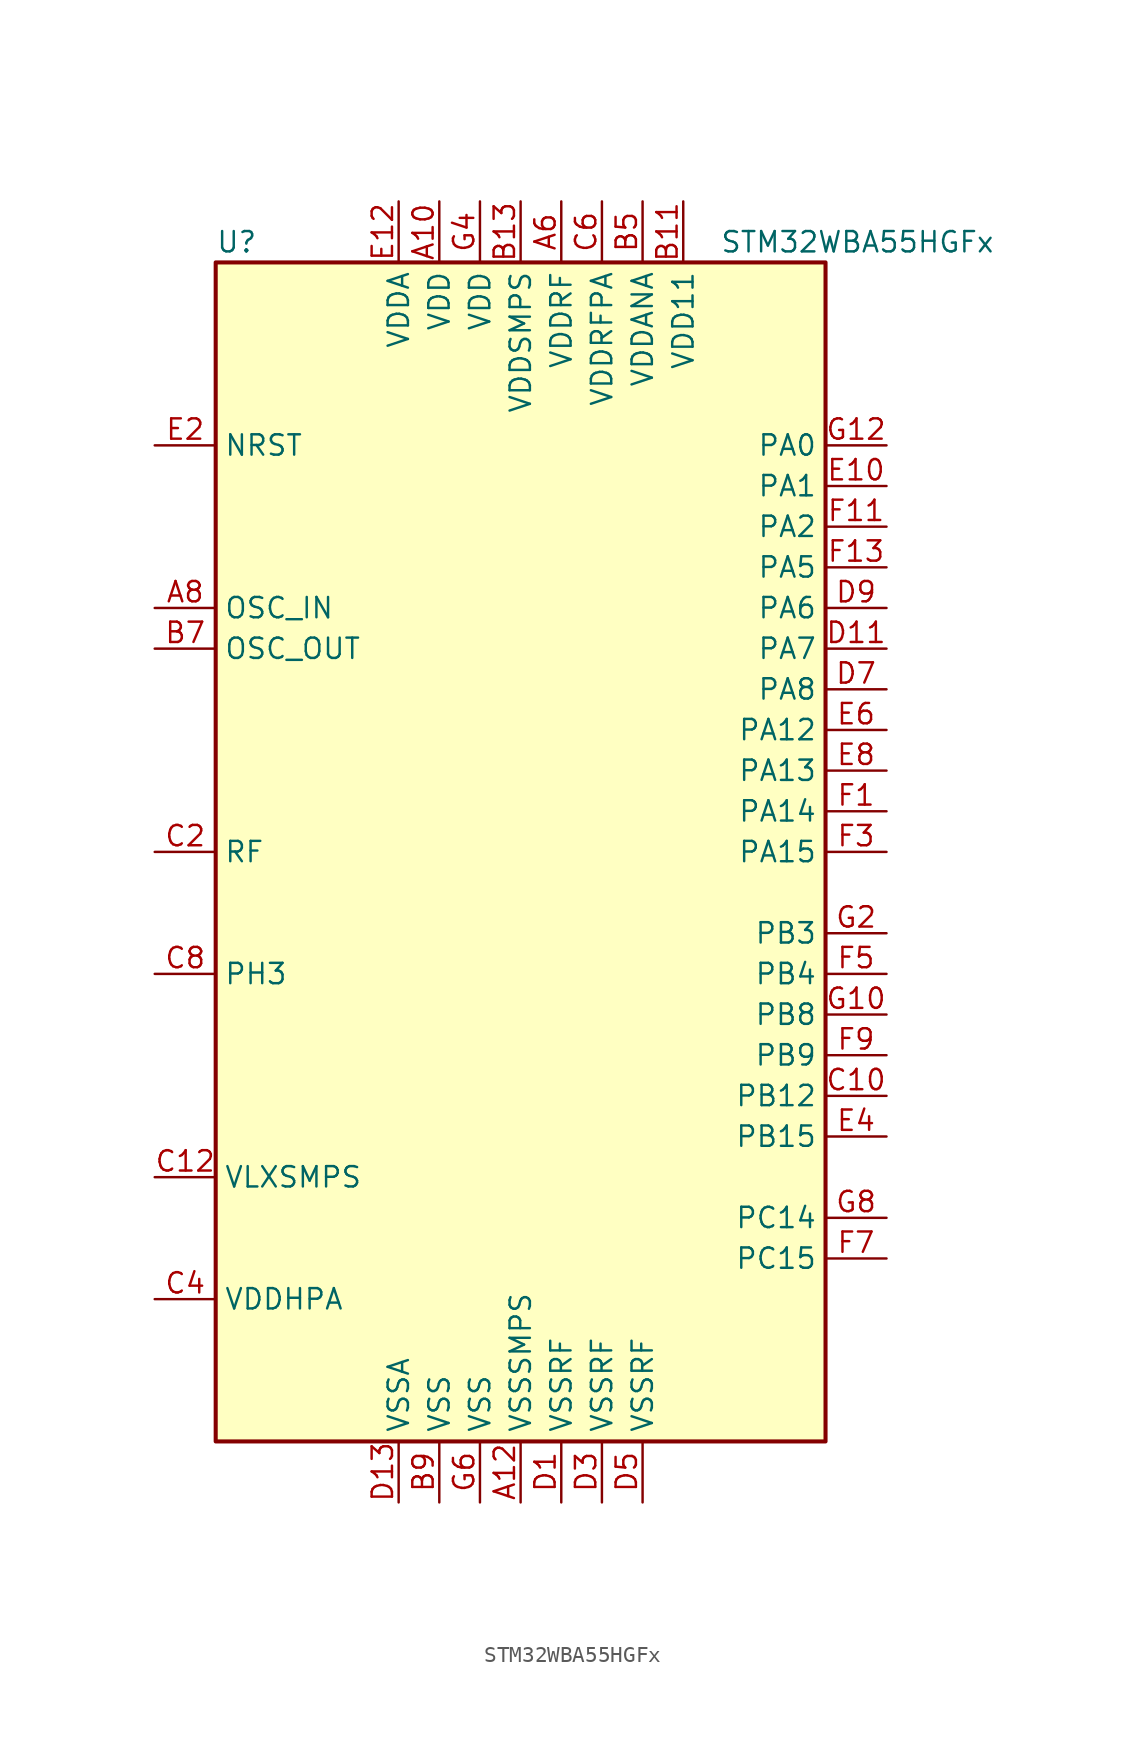
<source format=kicad_sym>
(kicad_symbol_lib
  (version 20241209)
  (generator "kicad_symbol_editor")
  (generator_version "9.0")
  (symbol "STM32WBA55HGFx"
    (property "Reference" "U"
      (at -19.05 38.1 0)
      (effects (font (size 1.27 1.27)) (justify left)))
    (property "Value" "STM32WBA55HGFx"
      (at 12.446 38.1 0)
      (effects (font (size 1.27 1.27)) (justify left)))
    (symbol "STM32WBA55HGFx_0_1"
      (rectangle (start -19.05 36.83) (end 19.05 -36.83) (stroke (width 0.254) (type default)) (fill (type background))))
    (symbol "STM32WBA55HGFx_1_1"
      (pin input line (at -22.86 25.4 0) (length 3.81) (name "NRST" (effects (font (size 1.27 1.27)))) (number "E2" (effects (font (size 1.27 1.27)))))
      (pin input line (at -22.86 15.24 0) (length 3.81) (name "OSC_IN" (effects (font (size 1.27 1.27)))) (number "A8" (effects (font (size 1.27 1.27)))) (alternate "RCC_OSC_IN" bidirectional line))
      (pin output line (at -22.86 12.7 0) (length 3.81) (name "OSC_OUT" (effects (font (size 1.27 1.27)))) (number "B7" (effects (font (size 1.27 1.27)))) (alternate "RCC_OSC_OUT" bidirectional line))
      (pin bidirectional line (at -22.86 0 0) (length 3.81) (name "RF" (effects (font (size 1.27 1.27)))) (number "C2" (effects (font (size 1.27 1.27)))))
      (pin bidirectional line (at -22.86 -7.62 0) (length 3.81) (name "PH3" (effects (font (size 1.27 1.27)))) (number "C8" (effects (font (size 1.27 1.27)))) (alternate "PTA_GRANT" bidirectional line) (alternate "RF_EXTPABYP" bidirectional line) (alternate "TAMP_IN2" bidirectional line) (alternate "TAMP_OUT1" bidirectional line))
      (pin power_in line (at -22.86 -20.32 0) (length 3.81) (name "VLXSMPS" (effects (font (size 1.27 1.27)))) (number "C12" (effects (font (size 1.27 1.27)))))
      (pin power_in line (at -22.86 -27.94 0) (length 3.81) (name "VDDHPA" (effects (font (size 1.27 1.27)))) (number "C4" (effects (font (size 1.27 1.27)))))
      (pin power_in line (at -7.62 40.64 270) (length 3.81) (name "VDDA" (effects (font (size 1.27 1.27)))) (number "E12" (effects (font (size 1.27 1.27)))))
      (pin power_in line (at -7.62 -40.64 90) (length 3.81) (name "VSSA" (effects (font (size 1.27 1.27)))) (number "D13" (effects (font (size 1.27 1.27)))))
      (pin power_in line (at -5.08 40.64 270) (length 3.81) (name "VDD" (effects (font (size 1.27 1.27)))) (number "A10" (effects (font (size 1.27 1.27)))))
      (pin power_in line (at -5.08 -40.64 90) (length 3.81) (name "VSS" (effects (font (size 1.27 1.27)))) (number "B9" (effects (font (size 1.27 1.27)))))
      (pin power_in line (at -2.54 40.64 270) (length 3.81) (name "VDD" (effects (font (size 1.27 1.27)))) (number "G4" (effects (font (size 1.27 1.27)))))
      (pin power_in line (at -2.54 -40.64 90) (length 3.81) (name "VSS" (effects (font (size 1.27 1.27)))) (number "G6" (effects (font (size 1.27 1.27)))))
      (pin power_in line (at 0 40.64 270) (length 3.81) (name "VDDSMPS" (effects (font (size 1.27 1.27)))) (number "B13" (effects (font (size 1.27 1.27)))))
      (pin power_in line (at 0 -40.64 90) (length 3.81) (name "VSSSMPS" (effects (font (size 1.27 1.27)))) (number "A12" (effects (font (size 1.27 1.27)))))
      (pin power_in line (at 2.54 40.64 270) (length 3.81) (name "VDDRF" (effects (font (size 1.27 1.27)))) (number "A6" (effects (font (size 1.27 1.27)))))
      (pin power_in line (at 2.54 -40.64 90) (length 3.81) (name "VSSRF" (effects (font (size 1.27 1.27)))) (number "D1" (effects (font (size 1.27 1.27)))))
      (pin power_in line (at 5.08 40.64 270) (length 3.81) (name "VDDRFPA" (effects (font (size 1.27 1.27)))) (number "C6" (effects (font (size 1.27 1.27)))))
      (pin power_in line (at 5.08 -40.64 90) (length 3.81) (name "VSSRF" (effects (font (size 1.27 1.27)))) (number "D3" (effects (font (size 1.27 1.27)))))
      (pin power_in line (at 7.62 40.64 270) (length 3.81) (name "VDDANA" (effects (font (size 1.27 1.27)))) (number "B5" (effects (font (size 1.27 1.27)))))
      (pin power_in line (at 7.62 -40.64 90) (length 3.81) (name "VSSRF" (effects (font (size 1.27 1.27)))) (number "D5" (effects (font (size 1.27 1.27)))))
      (pin power_in line (at 10.16 40.64 270) (length 3.81) (name "VDD11" (effects (font (size 1.27 1.27)))) (number "B11" (effects (font (size 1.27 1.27)))))
      (pin bidirectional line (at 22.86 25.4 180) (length 3.81) (name "PA0" (effects (font (size 1.27 1.27)))) (number "G12" (effects (font (size 1.27 1.27)))) (alternate "ADC4_IN9" bidirectional line) (alternate "COMP2_INP" bidirectional line) (alternate "LPTIM1_IN1" bidirectional line) (alternate "LPUART1_CTS" bidirectional line) (alternate "PWR_WKUP1" bidirectional line) (alternate "SPI3_SCK" bidirectional line) (alternate "TIM1_CH2N" bidirectional line) (alternate "TIM3_CH3" bidirectional line) (alternate "TIM3_ETR" bidirectional line) (alternate "TSC_G2_IO2" bidirectional line))
      (pin bidirectional line (at 22.86 22.86 180) (length 3.81) (name "PA1" (effects (font (size 1.27 1.27)))) (number "E10" (effects (font (size 1.27 1.27)))) (alternate "ADC4_IN8" bidirectional line) (alternate "COMP1_INM" bidirectional line) (alternate "LPTIM2_CH2" bidirectional line) (alternate "LPUART1_RX" bidirectional line) (alternate "PWR_WKUP3" bidirectional line) (alternate "SAI1_CK1" bidirectional line) (alternate "SPI1_RDY" bidirectional line) (alternate "TIM17_CH1" bidirectional line) (alternate "TIM1_CH1N" bidirectional line) (alternate "TIM3_CH2" bidirectional line) (alternate "TSC_G2_IO1" bidirectional line) (alternate "USART1_CK" bidirectional line))
      (pin bidirectional line (at 22.86 20.32 180) (length 3.81) (name "PA2" (effects (font (size 1.27 1.27)))) (number "F11" (effects (font (size 1.27 1.27)))) (alternate "ADC4_IN7" bidirectional line) (alternate "COMP1_INP" bidirectional line) (alternate "LPUART1_TX" bidirectional line) (alternate "PWR_WKUP4" bidirectional line) (alternate "RCC_LSCO" bidirectional line) (alternate "SAI1_D1" bidirectional line) (alternate "TIM16_CH1" bidirectional line) (alternate "TIM1_BKIN" bidirectional line) (alternate "TIM3_CH1" bidirectional line) (alternate "TSC_G4_IO4" bidirectional line) (alternate "USART1_DE" bidirectional line) (alternate "USART1_RTS" bidirectional line))
      (pin bidirectional line (at 22.86 17.78 180) (length 3.81) (name "PA5" (effects (font (size 1.27 1.27)))) (number "F13" (effects (font (size 1.27 1.27)))) (alternate "ADC4_IN4" bidirectional line) (alternate "AUDIOCLK" bidirectional line) (alternate "LPTIM2_ETR" bidirectional line) (alternate "PWR_CSLEEP" bidirectional line) (alternate "PWR_WKUP6" bidirectional line) (alternate "SAI1_D2" bidirectional line) (alternate "SPI3_NSS" bidirectional line) (alternate "TIM2_CH1" bidirectional line) (alternate "TIM2_ETR" bidirectional line) (alternate "TSC_G1_IO4" bidirectional line) (alternate "USART1_CK" bidirectional line))
      (pin bidirectional line (at 22.86 15.24 180) (length 3.81) (name "PA6" (effects (font (size 1.27 1.27)))) (number "D9" (effects (font (size 1.27 1.27)))) (alternate "ADC4_IN3" bidirectional line) (alternate "I2C3_SCL" bidirectional line) (alternate "PWR_CSTOP" bidirectional line) (alternate "PWR_WKUP7" bidirectional line) (alternate "SAI1_CK2" bidirectional line) (alternate "SAI1_MCLK_A" bidirectional line) (alternate "SPI3_RDY" bidirectional line) (alternate "TIM2_CH4" bidirectional line) (alternate "TSC_G1_IO3" bidirectional line) (alternate "USART1_DE" bidirectional line) (alternate "USART1_RTS" bidirectional line))
      (pin bidirectional line (at 22.86 12.7 180) (length 3.81) (name "PA7" (effects (font (size 1.27 1.27)))) (number "D11" (effects (font (size 1.27 1.27)))) (alternate "ADC4_IN2" bidirectional line) (alternate "COMP1_OUT" bidirectional line) (alternate "I2C3_SDA" bidirectional line) (alternate "PWR_WKUP8" bidirectional line) (alternate "SAI1_SCK_A" bidirectional line) (alternate "TAMP_IN1" bidirectional line) (alternate "TAMP_OUT2" bidirectional line) (alternate "TIM2_CH3" bidirectional line) (alternate "TSC_G1_IO2" bidirectional line) (alternate "USART1_CTS" bidirectional line))
      (pin bidirectional line (at 22.86 10.16 180) (length 3.81) (name "PA8" (effects (font (size 1.27 1.27)))) (number "D7" (effects (font (size 1.27 1.27)))) (alternate "ADC4_IN1" bidirectional line) (alternate "LPTIM1_CH2" bidirectional line) (alternate "RCC_MCO" bidirectional line) (alternate "SAI1_FS_A" bidirectional line) (alternate "SPI3_RDY" bidirectional line) (alternate "TIM2_CH2" bidirectional line) (alternate "TSC_G1_IO1" bidirectional line) (alternate "USART1_RX" bidirectional line))
      (pin bidirectional line (at 22.86 7.62 180) (length 3.81) (name "PA12" (effects (font (size 1.27 1.27)))) (number "E6" (effects (font (size 1.27 1.27)))) (alternate "COMP2_OUT" bidirectional line) (alternate "PTA_STATUS" bidirectional line) (alternate "PWR_WKUP6" bidirectional line) (alternate "RF_ANTSW0" bidirectional line) (alternate "SPI1_NSS" bidirectional line) (alternate "TIM1_CH2" bidirectional line) (alternate "TSC_G3_IO4" bidirectional line) (alternate "USART2_TX" bidirectional line))
      (pin bidirectional line (at 22.86 5.08 180) (length 3.81) (name "PA13" (effects (font (size 1.27 1.27)))) (number "E8" (effects (font (size 1.27 1.27)))) (alternate "DEBUG_JTMS-SWDIO" bidirectional line) (alternate "IR_OUT" bidirectional line) (alternate "PTA_PRIORITY" bidirectional line))
      (pin bidirectional line (at 22.86 2.54 180) (length 3.81) (name "PA14" (effects (font (size 1.27 1.27)))) (number "F1" (effects (font (size 1.27 1.27)))) (alternate "COMP2_OUT" bidirectional line) (alternate "DEBUG_JTCK-SWCLK" bidirectional line) (alternate "PTA_STATUS" bidirectional line) (alternate "TAMP_IN3" bidirectional line) (alternate "TAMP_OUT6" bidirectional line) (alternate "USART2_TX" bidirectional line))
      (pin bidirectional line (at 22.86 0 180) (length 3.81) (name "PA15" (effects (font (size 1.27 1.27)))) (number "F3" (effects (font (size 1.27 1.27)))) (alternate "ADC4_EXTI15" bidirectional line) (alternate "DEBUG_JTDI" bidirectional line) (alternate "I2C1_SCL" bidirectional line) (alternate "LPTIM1_CH2" bidirectional line) (alternate "PTA_STATUS" bidirectional line) (alternate "SPI1_MOSI" bidirectional line) (alternate "TIM17_BKIN" bidirectional line) (alternate "TIM1_ETR" bidirectional line) (alternate "TSC_G3_IO3" bidirectional line) (alternate "USART2_DE" bidirectional line) (alternate "USART2_RTS" bidirectional line))
      (pin bidirectional line (at 22.86 -5.08 180) (length 3.81) (name "PB3" (effects (font (size 1.27 1.27)))) (number "G2" (effects (font (size 1.27 1.27)))) (alternate "DEBUG_JTDO-SWO" bidirectional line) (alternate "I2C1_SDA" bidirectional line) (alternate "LPTIM1_IN2" bidirectional line) (alternate "PTA_ACTIVE" bidirectional line) (alternate "SPI1_MISO" bidirectional line) (alternate "TIM17_CH1N" bidirectional line) (alternate "TIM1_CH4" bidirectional line) (alternate "TSC_G3_IO2" bidirectional line) (alternate "USART2_CK" bidirectional line))
      (pin bidirectional line (at 22.86 -7.62 180) (length 3.81) (name "PB4" (effects (font (size 1.27 1.27)))) (number "F5" (effects (font (size 1.27 1.27)))) (alternate "DEBUG_JTRST" bidirectional line) (alternate "LPTIM2_IN2" bidirectional line) (alternate "PTA_ACTIVE" bidirectional line) (alternate "PTA_PRIORITY" bidirectional line) (alternate "SAI1_MCLK_B" bidirectional line) (alternate "SPI1_SCK" bidirectional line) (alternate "TIM17_CH1" bidirectional line) (alternate "TIM1_CH3" bidirectional line) (alternate "TSC_G3_IO1" bidirectional line) (alternate "USART2_RX" bidirectional line))
      (pin bidirectional line (at 22.86 -10.16 180) (length 3.81) (name "PB8" (effects (font (size 1.27 1.27)))) (number "G10" (effects (font (size 1.27 1.27)))) (alternate "COMP1_OUT" bidirectional line) (alternate "LPTIM1_ETR" bidirectional line) (alternate "PWR_PVD_IN" bidirectional line) (alternate "SPI3_MOSI" bidirectional line) (alternate "TIM16_CH1N" bidirectional line) (alternate "TIM1_CH1" bidirectional line) (alternate "TIM3_ETR" bidirectional line) (alternate "TSC_G2_IO4" bidirectional line) (alternate "USART2_RX" bidirectional line))
      (pin bidirectional line (at 22.86 -12.7 180) (length 3.81) (name "PB9" (effects (font (size 1.27 1.27)))) (number "F9" (effects (font (size 1.27 1.27)))) (alternate "ADC4_IN10" bidirectional line) (alternate "COMP2_INM" bidirectional line) (alternate "IR_OUT" bidirectional line) (alternate "LPTIM2_IN1" bidirectional line) (alternate "LPUART1_DE" bidirectional line) (alternate "LPUART1_RTS" bidirectional line) (alternate "PWR_WKUP8" bidirectional line) (alternate "SPI3_MISO" bidirectional line) (alternate "TIM16_CH1" bidirectional line) (alternate "TIM1_CH3N" bidirectional line) (alternate "TIM3_CH4" bidirectional line) (alternate "TSC_G2_IO3" bidirectional line))
      (pin bidirectional line (at 22.86 -15.24 180) (length 3.81) (name "PB12" (effects (font (size 1.27 1.27)))) (number "C10" (effects (font (size 1.27 1.27)))) (alternate "SAI1_SD_A" bidirectional line) (alternate "SPI1_RDY" bidirectional line) (alternate "TIM2_CH1" bidirectional line) (alternate "TIM2_ETR" bidirectional line) (alternate "TIM3_ETR" bidirectional line) (alternate "TSC_SYNC" bidirectional line) (alternate "USART1_TX" bidirectional line))
      (pin bidirectional line (at 22.86 -17.78 180) (length 3.81) (name "PB15" (effects (font (size 1.27 1.27)))) (number "E4" (effects (font (size 1.27 1.27)))) (alternate "ADC4_EXTI15" bidirectional line) (alternate "I2C1_SMBA" bidirectional line) (alternate "I2C3_SMBA" bidirectional line) (alternate "LPUART1_CTS" bidirectional line) (alternate "PTA_GRANT" bidirectional line) (alternate "RF_EXTPABYP" bidirectional line) (alternate "TIM16_BKIN" bidirectional line) (alternate "TIM1_BKIN2" bidirectional line) (alternate "USART2_CTS" bidirectional line))
      (pin bidirectional line (at 22.86 -22.86 180) (length 3.81) (name "PC14" (effects (font (size 1.27 1.27)))) (number "G8" (effects (font (size 1.27 1.27)))) (alternate "RCC_OSC32_IN" bidirectional line))
      (pin bidirectional line (at 22.86 -25.4 180) (length 3.81) (name "PC15" (effects (font (size 1.27 1.27)))) (number "F7" (effects (font (size 1.27 1.27)))) (alternate "ADC4_EXTI15" bidirectional line) (alternate "RCC_OSC32_OUT" bidirectional line)))))
</source>
